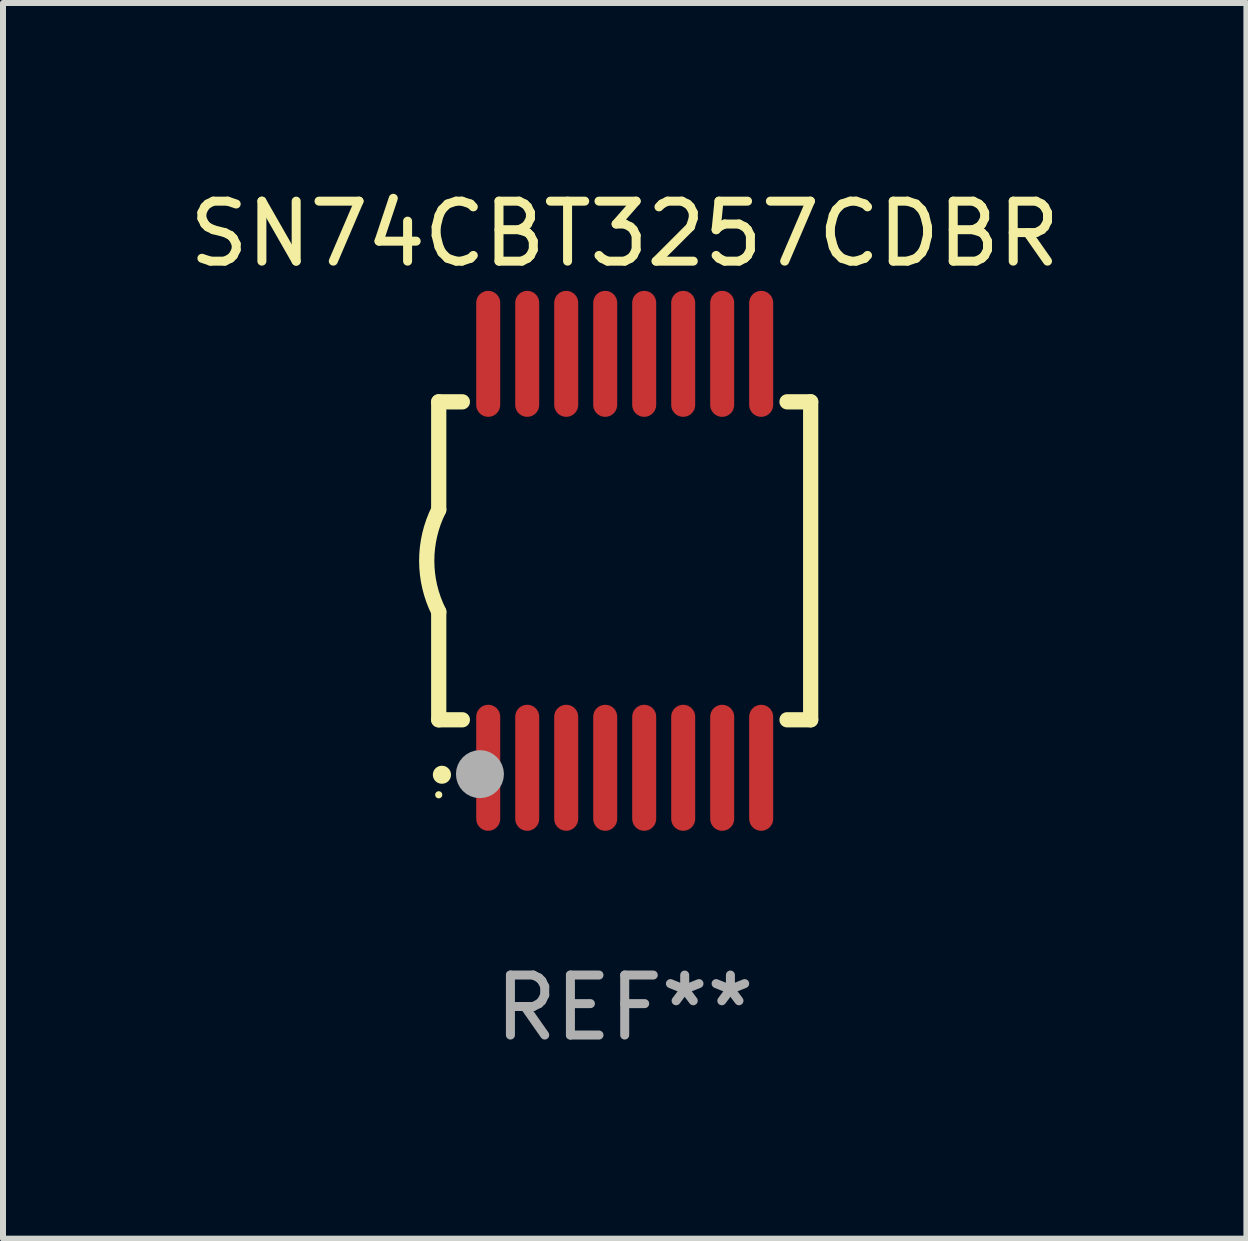
<source format=kicad_pcb>
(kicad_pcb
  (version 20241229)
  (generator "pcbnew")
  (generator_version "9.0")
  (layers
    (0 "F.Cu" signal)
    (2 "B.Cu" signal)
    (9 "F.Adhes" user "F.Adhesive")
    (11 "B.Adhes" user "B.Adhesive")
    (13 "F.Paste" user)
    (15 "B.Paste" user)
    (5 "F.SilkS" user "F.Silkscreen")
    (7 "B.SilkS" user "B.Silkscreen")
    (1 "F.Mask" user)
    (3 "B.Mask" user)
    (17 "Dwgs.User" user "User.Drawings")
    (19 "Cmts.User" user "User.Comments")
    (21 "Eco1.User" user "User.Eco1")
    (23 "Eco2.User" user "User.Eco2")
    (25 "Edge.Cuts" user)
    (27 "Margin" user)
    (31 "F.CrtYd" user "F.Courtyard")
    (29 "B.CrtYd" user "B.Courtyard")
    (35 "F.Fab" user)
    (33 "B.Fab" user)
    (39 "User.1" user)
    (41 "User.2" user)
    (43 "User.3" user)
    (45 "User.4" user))
  (footprint "SN74CBT3257CDBR"
    (layer "F.Cu")
    (at 7.363 6.298)
    (property "Reference" "SN74CBT3257CDBR" (at 0 -5.45 0) (layer "F.SilkS") (effects (font (size 1 1) (thickness 0.15))))
    (attr through_hole)
    (fp_line (start -3.1 -2.65) (end -3.1 -0.85) (stroke (width 0.254) (type solid)) (layer "F.SilkS"))
    (fp_line (start -3.1 -2.65) (end -2.706 -2.65) (stroke (width 0.254) (type solid)) (layer "F.SilkS"))
    (fp_line (start -3.1 2.65) (end -3.1 0.85) (stroke (width 0.254) (type solid)) (layer "F.SilkS"))
    (fp_line (start -3.1 2.65) (end -2.706 2.65) (stroke (width 0.254) (type solid)) (layer "F.SilkS"))
    (fp_line (start 2.706 -2.65) (end 3.1 -2.65) (stroke (width 0.254) (type solid)) (layer "F.SilkS"))
    (fp_line (start 2.706 2.65) (end 3.1 2.65) (stroke (width 0.254) (type solid)) (layer "F.SilkS"))
    (fp_line (start 3.1 -2.65) (end 3.1 2.65) (stroke (width 0.254) (type solid)) (layer "F.SilkS"))
    (fp_arc (start -3.098907 0.850902) (mid -3.300057 0.000523) (end -3.1 -0.850114) (stroke (width 0.254001) (type solid)) (layer "F.SilkS"))
    (fp_arc (start -3.048006 3.566066) (mid -3.046736 3.566061) (end -3.045466 3.566066) (stroke (width 0.3) (type solid)) (layer "F.SilkS"))
    (fp_circle (center -3.1 3.9) (end -3.07 3.9) (stroke (width 0.06) (type solid)) (fill no) (layer "F.SilkS"))
    (fp_circle (center -2.413 3.556) (end -2.213 3.556) (stroke (width 0.4) (type solid)) (fill no) (layer "F.Fab"))
    (fp_text user "REF**" (at 0 7.45 0) (layer "F.Fab") (effects (font (size 1 1) (thickness 0.15))))
    (pad "1" smd oval (at -2.275 3.45 180) (size 0.4 2.1) (layers "F.Cu" "F.Mask" "F.Paste"))
    (pad "2" smd oval (at -1.625 3.45 180) (size 0.4 2.1) (layers "F.Cu" "F.Mask" "F.Paste"))
    (pad "3" smd oval (at -0.975 3.45 180) (size 0.4 2.1) (layers "F.Cu" "F.Mask" "F.Paste"))
    (pad "4" smd oval (at -0.325 3.45 180) (size 0.4 2.1) (layers "F.Cu" "F.Mask" "F.Paste"))
    (pad "5" smd oval (at 0.325 3.45 180) (size 0.4 2.1) (layers "F.Cu" "F.Mask" "F.Paste"))
    (pad "6" smd oval (at 0.975 3.45 180) (size 0.4 2.1) (layers "F.Cu" "F.Mask" "F.Paste"))
    (pad "7" smd oval (at 1.625 3.45 180) (size 0.4 2.1) (layers "F.Cu" "F.Mask" "F.Paste"))
    (pad "8" smd oval (at 2.275 3.45 180) (size 0.4 2.1) (layers "F.Cu" "F.Mask" "F.Paste"))
    (pad "9" smd oval (at 2.275 -3.45 180) (size 0.4 2.1) (layers "F.Cu" "F.Mask" "F.Paste"))
    (pad "10" smd oval (at 1.625 -3.45 180) (size 0.4 2.1) (layers "F.Cu" "F.Mask" "F.Paste"))
    (pad "11" smd oval (at 0.975 -3.45 180) (size 0.4 2.1) (layers "F.Cu" "F.Mask" "F.Paste"))
    (pad "12" smd oval (at 0.325 -3.45 180) (size 0.4 2.1) (layers "F.Cu" "F.Mask" "F.Paste"))
    (pad "13" smd oval (at -0.325 -3.45 180) (size 0.4 2.1) (layers "F.Cu" "F.Mask" "F.Paste"))
    (pad "14" smd oval (at -0.975 -3.45 180) (size 0.4 2.1) (layers "F.Cu" "F.Mask" "F.Paste"))
    (pad "15" smd oval (at -1.625 -3.45 180) (size 0.4 2.1) (layers "F.Cu" "F.Mask" "F.Paste"))
    (pad "16" smd oval (at -2.275 -3.45 180) (size 0.4 2.1) (layers "F.Cu" "F.Mask" "F.Paste")))
  (gr_rect
    (start -3 -3)
    (end 17.726 17.597)
    (stroke (width 0.1) (type default))
    (fill no)
    (layer "Edge.Cuts")))
</source>
